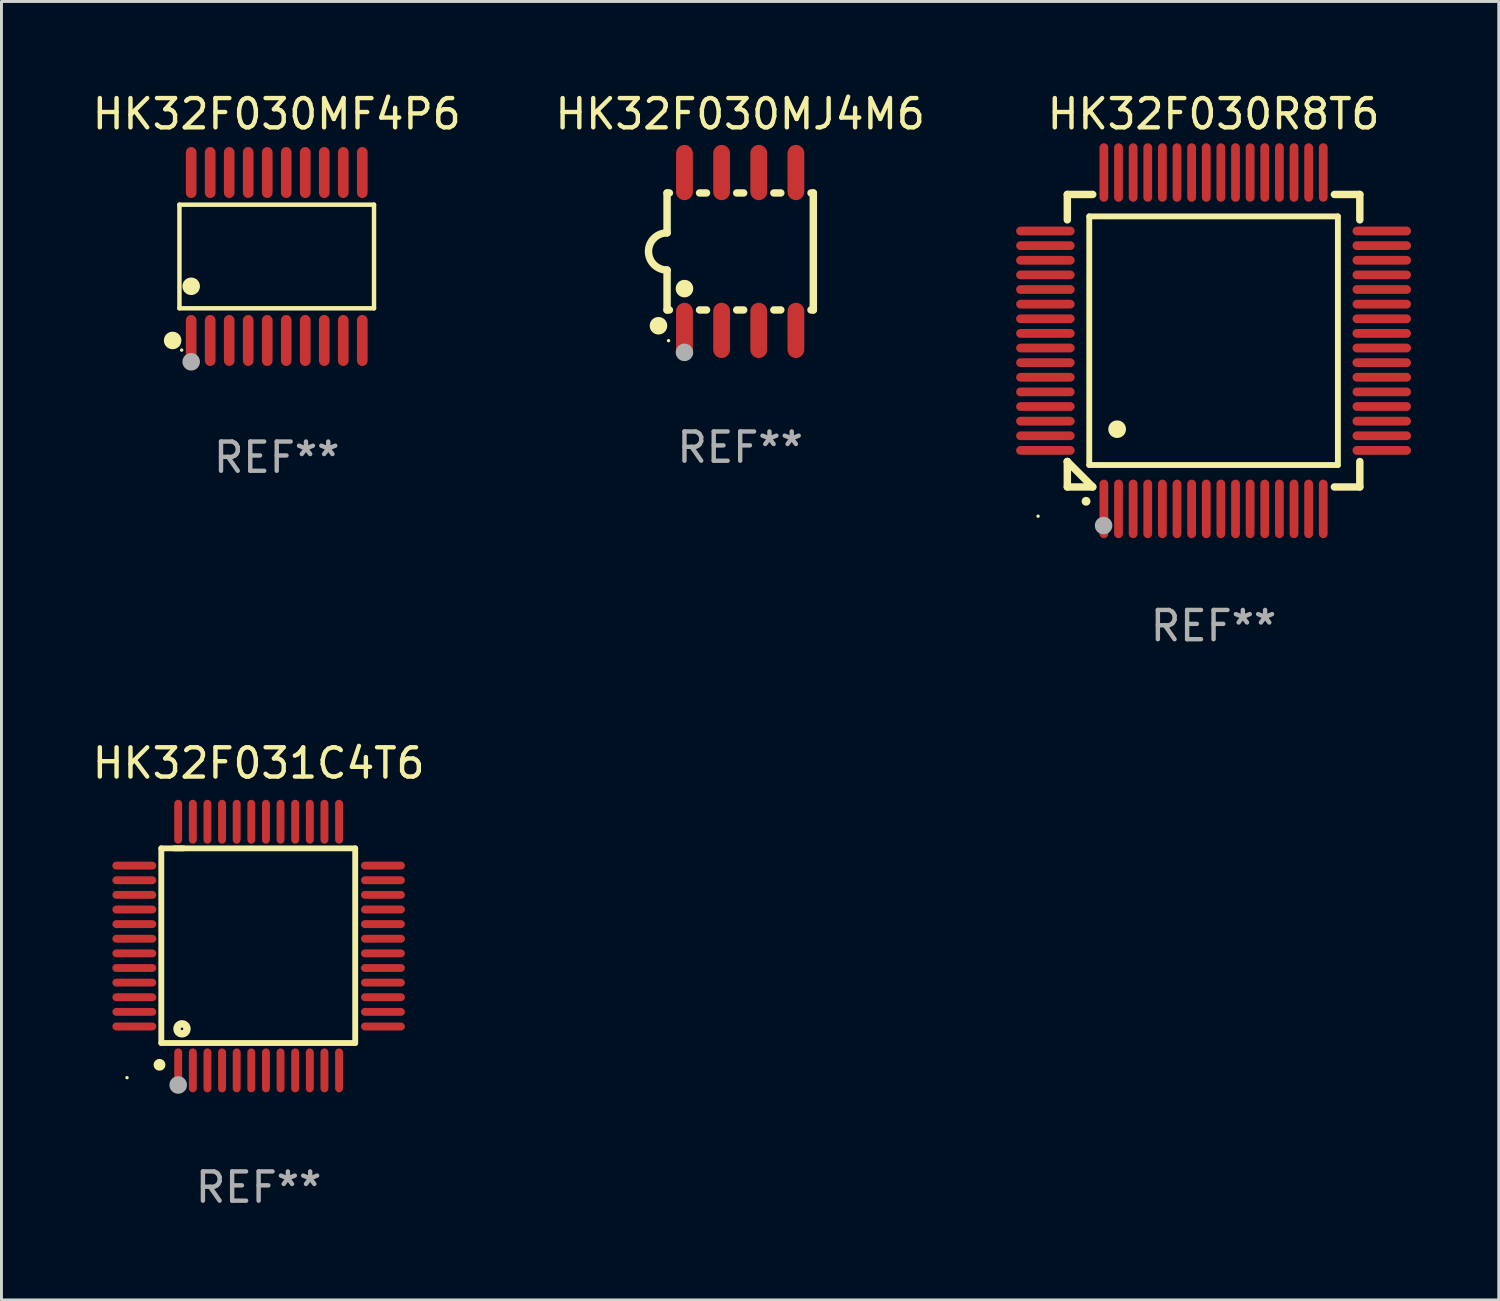
<source format=kicad_pcb>
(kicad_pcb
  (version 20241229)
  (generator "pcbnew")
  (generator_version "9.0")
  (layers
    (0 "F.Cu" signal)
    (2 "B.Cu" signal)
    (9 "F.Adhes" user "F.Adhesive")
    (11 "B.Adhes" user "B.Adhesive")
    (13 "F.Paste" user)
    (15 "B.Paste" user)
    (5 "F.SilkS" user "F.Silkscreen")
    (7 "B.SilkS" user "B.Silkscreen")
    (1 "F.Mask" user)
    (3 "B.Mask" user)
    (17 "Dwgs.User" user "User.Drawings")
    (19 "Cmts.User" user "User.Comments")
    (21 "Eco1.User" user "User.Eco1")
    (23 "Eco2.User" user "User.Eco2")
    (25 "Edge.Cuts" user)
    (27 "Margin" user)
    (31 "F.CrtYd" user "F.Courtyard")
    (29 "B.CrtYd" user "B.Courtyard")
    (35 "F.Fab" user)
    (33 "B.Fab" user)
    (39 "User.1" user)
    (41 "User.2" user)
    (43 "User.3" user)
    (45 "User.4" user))
  (footprint "HK32F030MJ4M6"
    (layer "F.Cu")
    (at 22.256 5.547)
    (property "Reference" "HK32F030MJ4M6" (at 0 -4.699 0) (layer "F.SilkS") (effects (font (size 1 1) (thickness 0.15))))
    (attr through_hole)
    (fp_line (start -2.5 -2) (end -2.5 -0.635) (stroke (width 0.254) (type solid)) (layer "F.SilkS"))
    (fp_line (start -2.5 -2) (end -2.421 -2) (stroke (width 0.254) (type solid)) (layer "F.SilkS"))
    (fp_line (start -2.5 2) (end -2.5 0.635) (stroke (width 0.254) (type solid)) (layer "F.SilkS"))
    (fp_line (start -2.5 2) (end -2.421 2) (stroke (width 0.254) (type solid)) (layer "F.SilkS"))
    (fp_line (start -1.389 -2) (end -1.151 -2) (stroke (width 0.254) (type solid)) (layer "F.SilkS"))
    (fp_line (start -1.389 2) (end -1.151 2) (stroke (width 0.254) (type solid)) (layer "F.SilkS"))
    (fp_line (start -0.119 -2) (end 0.119 -2) (stroke (width 0.254) (type solid)) (layer "F.SilkS"))
    (fp_line (start -0.119 2) (end 0.119 2) (stroke (width 0.254) (type solid)) (layer "F.SilkS"))
    (fp_line (start 1.151 -2) (end 1.389 -2) (stroke (width 0.254) (type solid)) (layer "F.SilkS"))
    (fp_line (start 1.151 2) (end 1.389 2) (stroke (width 0.254) (type solid)) (layer "F.SilkS"))
    (fp_line (start 2.421 -2) (end 2.5 -2) (stroke (width 0.254) (type solid)) (layer "F.SilkS"))
    (fp_line (start 2.421 2) (end 2.5 2) (stroke (width 0.254) (type solid)) (layer "F.SilkS"))
    (fp_line (start 2.5 -2) (end 2.5 2) (stroke (width 0.254) (type solid)) (layer "F.SilkS"))
    (fp_arc (start -2.5 0.635001) (mid -3.134366 -0.000318) (end -2.499365 -0.635001) (stroke (width 0.254001) (type solid)) (layer "F.SilkS"))
    (fp_circle (center -2.794 2.54) (end -2.644 2.54) (stroke (width 0.3) (type solid)) (fill no) (layer "F.SilkS"))
    (fp_circle (center -2.45 3.05) (end -2.42 3.05) (stroke (width 0.06) (type solid)) (fill no) (layer "F.SilkS"))
    (fp_circle (center -1.905 1.27) (end -1.755 1.27) (stroke (width 0.3) (type solid)) (fill no) (layer "F.SilkS"))
    (fp_circle (center -1.905 3.45) (end -1.755 3.45) (stroke (width 0.3) (type solid)) (fill no) (layer "F.Fab"))
    (fp_text user "REF**" (at 0 6.699 0) (layer "F.Fab") (effects (font (size 1 1) (thickness 0.15))))
    (pad "1" smd oval (at -1.905 2.699) (size 0.574 1.888) (layers "F.Cu" "F.Mask" "F.Paste"))
    (pad "2" smd oval (at -0.635 2.699) (size 0.574 1.888) (layers "F.Cu" "F.Mask" "F.Paste"))
    (pad "3" smd oval (at 0.635 2.699) (size 0.574 1.888) (layers "F.Cu" "F.Mask" "F.Paste"))
    (pad "4" smd oval (at 1.905 2.699) (size 0.574 1.888) (layers "F.Cu" "F.Mask" "F.Paste"))
    (pad "5" smd oval (at 1.905 -2.699) (size 0.574 1.888) (layers "F.Cu" "F.Mask" "F.Paste"))
    (pad "6" smd oval (at 0.635 -2.699) (size 0.574 1.888) (layers "F.Cu" "F.Mask" "F.Paste"))
    (pad "7" smd oval (at -0.635 -2.699) (size 0.574 1.888) (layers "F.Cu" "F.Mask" "F.Paste"))
    (pad "8" smd oval (at -1.905 -2.699) (size 0.574 1.888) (layers "F.Cu" "F.Mask" "F.Paste")))
  (footprint "HK32F031C4T6"
    (layer "F.Cu")
    (at 5.792 29.294)
    (property "Reference" "HK32F031C4T6" (at 0 -6.25 0) (layer "F.SilkS") (effects (font (size 1 1) (thickness 0.15))))
    (attr through_hole)
    (fp_line (start -3.327 -3.34) (end -2.565 -3.34) (stroke (width 0.2) (type solid)) (layer "F.SilkS"))
    (fp_line (start -3.327 3.315) (end -3.327 -3.34) (stroke (width 0.2) (type solid)) (layer "F.SilkS"))
    (fp_line (start -2.896 -3.34) (end 3.302 -3.34) (stroke (width 0.2) (type solid)) (layer "F.SilkS"))
    (fp_line (start 3.302 -3.34) (end 3.302 3.315) (stroke (width 0.2) (type solid)) (layer "F.SilkS"))
    (fp_line (start 3.302 3.315) (end -3.327 3.315) (stroke (width 0.2) (type solid)) (layer "F.SilkS"))
    (fp_arc (start -3.389992 4.059995) (mid -3.388722 4.059991) (end -3.387452 4.059995) (stroke (width 0.4) (type solid)) (layer "F.SilkS"))
    (fp_circle (center -4.5 4.5) (end -4.47 4.5) (stroke (width 0.06) (type solid)) (fill no) (layer "F.SilkS"))
    (fp_circle (center -2.62 2.83) (end -2.45 2.83) (stroke (width 0.254) (type solid)) (fill no) (layer "F.SilkS"))
    (fp_circle (center -2.75 4.75) (end -2.6 4.75) (stroke (width 0.3) (type solid)) (fill no) (layer "F.Fab"))
    (fp_text user "REF**" (at 0 8.25 0) (layer "F.Fab") (effects (font (size 1 1) (thickness 0.15))))
    (pad "1" smd oval (at -2.75 4.25) (size 0.27 1.5) (layers "F.Cu" "F.Mask" "F.Paste"))
    (pad "2" smd oval (at -2.25 4.25) (size 0.27 1.5) (layers "F.Cu" "F.Mask" "F.Paste"))
    (pad "3" smd oval (at -1.75 4.25) (size 0.27 1.5) (layers "F.Cu" "F.Mask" "F.Paste"))
    (pad "4" smd oval (at -1.25 4.25) (size 0.27 1.5) (layers "F.Cu" "F.Mask" "F.Paste"))
    (pad "5" smd oval (at -0.75 4.25) (size 0.27 1.5) (layers "F.Cu" "F.Mask" "F.Paste"))
    (pad "6" smd oval (at -0.25 4.25) (size 0.27 1.5) (layers "F.Cu" "F.Mask" "F.Paste"))
    (pad "7" smd oval (at 0.25 4.25) (size 0.27 1.5) (layers "F.Cu" "F.Mask" "F.Paste"))
    (pad "8" smd oval (at 0.75 4.25) (size 0.27 1.5) (layers "F.Cu" "F.Mask" "F.Paste"))
    (pad "9" smd oval (at 1.25 4.25) (size 0.27 1.5) (layers "F.Cu" "F.Mask" "F.Paste"))
    (pad "10" smd oval (at 1.75 4.25) (size 0.27 1.5) (layers "F.Cu" "F.Mask" "F.Paste"))
    (pad "11" smd oval (at 2.25 4.25) (size 0.27 1.5) (layers "F.Cu" "F.Mask" "F.Paste"))
    (pad "12" smd oval (at 2.75 4.25) (size 0.27 1.5) (layers "F.Cu" "F.Mask" "F.Paste"))
    (pad "13" smd oval (at 4.25 2.75) (size 1.5 0.27) (layers "F.Cu" "F.Mask" "F.Paste"))
    (pad "14" smd oval (at 4.25 2.25) (size 1.5 0.27) (layers "F.Cu" "F.Mask" "F.Paste"))
    (pad "15" smd oval (at 4.25 1.75) (size 1.5 0.27) (layers "F.Cu" "F.Mask" "F.Paste"))
    (pad "16" smd oval (at 4.25 1.25) (size 1.5 0.27) (layers "F.Cu" "F.Mask" "F.Paste"))
    (pad "17" smd oval (at 4.25 0.75) (size 1.5 0.27) (layers "F.Cu" "F.Mask" "F.Paste"))
    (pad "18" smd oval (at 4.25 0.25) (size 1.5 0.27) (layers "F.Cu" "F.Mask" "F.Paste"))
    (pad "19" smd oval (at 4.25 -0.25) (size 1.5 0.27) (layers "F.Cu" "F.Mask" "F.Paste"))
    (pad "20" smd oval (at 4.25 -0.75) (size 1.5 0.27) (layers "F.Cu" "F.Mask" "F.Paste"))
    (pad "21" smd oval (at 4.25 -1.25) (size 1.5 0.27) (layers "F.Cu" "F.Mask" "F.Paste"))
    (pad "22" smd oval (at 4.25 -1.75) (size 1.5 0.27) (layers "F.Cu" "F.Mask" "F.Paste"))
    (pad "23" smd oval (at 4.25 -2.25) (size 1.5 0.27) (layers "F.Cu" "F.Mask" "F.Paste"))
    (pad "24" smd oval (at 4.25 -2.75) (size 1.5 0.27) (layers "F.Cu" "F.Mask" "F.Paste"))
    (pad "25" smd oval (at 2.75 -4.25) (size 0.27 1.5) (layers "F.Cu" "F.Mask" "F.Paste"))
    (pad "26" smd oval (at 2.25 -4.25) (size 0.27 1.5) (layers "F.Cu" "F.Mask" "F.Paste"))
    (pad "27" smd oval (at 1.75 -4.25) (size 0.27 1.5) (layers "F.Cu" "F.Mask" "F.Paste"))
    (pad "28" smd oval (at 1.25 -4.25) (size 0.27 1.5) (layers "F.Cu" "F.Mask" "F.Paste"))
    (pad "29" smd oval (at 0.75 -4.25) (size 0.27 1.5) (layers "F.Cu" "F.Mask" "F.Paste"))
    (pad "30" smd oval (at 0.25 -4.25) (size 0.27 1.5) (layers "F.Cu" "F.Mask" "F.Paste"))
    (pad "31" smd oval (at -0.25 -4.25) (size 0.27 1.5) (layers "F.Cu" "F.Mask" "F.Paste"))
    (pad "32" smd oval (at -0.75 -4.25) (size 0.27 1.5) (layers "F.Cu" "F.Mask" "F.Paste"))
    (pad "33" smd oval (at -1.25 -4.25) (size 0.27 1.5) (layers "F.Cu" "F.Mask" "F.Paste"))
    (pad "34" smd oval (at -1.75 -4.25) (size 0.27 1.5) (layers "F.Cu" "F.Mask" "F.Paste"))
    (pad "35" smd oval (at -2.25 -4.25) (size 0.27 1.5) (layers "F.Cu" "F.Mask" "F.Paste"))
    (pad "36" smd oval (at -2.75 -4.25) (size 0.27 1.5) (layers "F.Cu" "F.Mask" "F.Paste"))
    (pad "37" smd oval (at -4.25 -2.75) (size 1.5 0.27) (layers "F.Cu" "F.Mask" "F.Paste"))
    (pad "38" smd oval (at -4.25 -2.25) (size 1.5 0.27) (layers "F.Cu" "F.Mask" "F.Paste"))
    (pad "39" smd oval (at -4.25 -1.75) (size 1.5 0.27) (layers "F.Cu" "F.Mask" "F.Paste"))
    (pad "40" smd oval (at -4.25 -1.25) (size 1.5 0.27) (layers "F.Cu" "F.Mask" "F.Paste"))
    (pad "41" smd oval (at -4.25 -0.75) (size 1.5 0.27) (layers "F.Cu" "F.Mask" "F.Paste"))
    (pad "42" smd oval (at -4.25 -0.25) (size 1.5 0.27) (layers "F.Cu" "F.Mask" "F.Paste"))
    (pad "43" smd oval (at -4.25 0.25) (size 1.5 0.27) (layers "F.Cu" "F.Mask" "F.Paste"))
    (pad "44" smd oval (at -4.25 0.75) (size 1.5 0.27) (layers "F.Cu" "F.Mask" "F.Paste"))
    (pad "45" smd oval (at -4.25 1.25) (size 1.5 0.27) (layers "F.Cu" "F.Mask" "F.Paste"))
    (pad "46" smd oval (at -4.25 1.75) (size 1.5 0.27) (layers "F.Cu" "F.Mask" "F.Paste"))
    (pad "47" smd oval (at -4.25 2.25) (size 1.5 0.27) (layers "F.Cu" "F.Mask" "F.Paste"))
    (pad "48" smd oval (at -4.25 2.75) (size 1.5 0.27) (layers "F.Cu" "F.Mask" "F.Paste")))
  (footprint "HK32F030R8T6"
    (layer "F.Cu")
    (at 38.44 8.598)
    (property "Reference" "HK32F030R8T6" (at 0 -7.75 0) (layer "F.SilkS") (effects (font (size 1 1) (thickness 0.15))))
    (attr through_hole)
    (fp_line (start -5 -5) (end -4.131 -5) (stroke (width 0.254) (type solid)) (layer "F.SilkS"))
    (fp_line (start -5 -4.131) (end -5 -5) (stroke (width 0.254) (type solid)) (layer "F.SilkS"))
    (fp_line (start -5 4.131) (end -5 4.131) (stroke (width 0.254) (type solid)) (layer "F.SilkS"))
    (fp_line (start -5 5) (end -5 4.131) (stroke (width 0.254) (type solid)) (layer "F.SilkS"))
    (fp_line (start -5 4.131) (end -4.131 5) (stroke (width 0.254) (type solid)) (layer "F.SilkS"))
    (fp_line (start -4.25 -4.25) (end -4.25 4.25) (stroke (width 0.2) (type solid)) (layer "F.SilkS"))
    (fp_line (start -4.25 4.25) (end 4.25 4.25) (stroke (width 0.2) (type solid)) (layer "F.SilkS"))
    (fp_line (start -4.131 5) (end -5 5) (stroke (width 0.254) (type solid)) (layer "F.SilkS"))
    (fp_line (start 4.25 -4.25) (end -4.25 -4.25) (stroke (width 0.2) (type solid)) (layer "F.SilkS"))
    (fp_line (start 4.25 4.25) (end 4.25 -4.25) (stroke (width 0.2) (type solid)) (layer "F.SilkS"))
    (fp_line (start 5 -5) (end 4.131 -5) (stroke (width 0.254) (type solid)) (layer "F.SilkS"))
    (fp_line (start 5 -5) (end 5 -4.131) (stroke (width 0.254) (type solid)) (layer "F.SilkS"))
    (fp_line (start 5 4.131) (end 5 5) (stroke (width 0.254) (type solid)) (layer "F.SilkS"))
    (fp_line (start 5 5) (end 4.131 5) (stroke (width 0.254) (type solid)) (layer "F.SilkS"))
    (fp_arc (start -4.361265 5.489992) (mid -4.359995 5.489987) (end -4.358725 5.489992) (stroke (width 0.3) (type solid)) (layer "F.SilkS"))
    (fp_arc (start -3.299467 3.025146) (mid -3.296927 3.025135) (end -3.294387 3.025146) (stroke (width 0.6) (type solid)) (layer "F.SilkS"))
    (fp_circle (center -6 6) (end -5.97 6) (stroke (width 0.06) (type solid)) (fill no) (layer "F.SilkS"))
    (fp_circle (center -3.76 6.32) (end -3.61 6.32) (stroke (width 0.3) (type solid)) (fill no) (layer "F.Fab"))
    (fp_text user "REF**" (at 0 9.75 0) (layer "F.Fab") (effects (font (size 1 1) (thickness 0.15))))
    (pad "1" smd oval (at -3.75 5.75) (size 0.3 2) (layers "F.Cu" "F.Mask" "F.Paste"))
    (pad "2" smd oval (at -3.25 5.75) (size 0.3 2) (layers "F.Cu" "F.Mask" "F.Paste"))
    (pad "3" smd oval (at -2.75 5.75) (size 0.3 2) (layers "F.Cu" "F.Mask" "F.Paste"))
    (pad "4" smd oval (at -2.25 5.75) (size 0.3 2) (layers "F.Cu" "F.Mask" "F.Paste"))
    (pad "5" smd oval (at -1.75 5.75) (size 0.3 2) (layers "F.Cu" "F.Mask" "F.Paste"))
    (pad "6" smd oval (at -1.25 5.75) (size 0.3 2) (layers "F.Cu" "F.Mask" "F.Paste"))
    (pad "7" smd oval (at -0.75 5.75) (size 0.3 2) (layers "F.Cu" "F.Mask" "F.Paste"))
    (pad "8" smd oval (at -0.25 5.75) (size 0.3 2) (layers "F.Cu" "F.Mask" "F.Paste"))
    (pad "9" smd oval (at 0.25 5.75) (size 0.3 2) (layers "F.Cu" "F.Mask" "F.Paste"))
    (pad "10" smd oval (at 0.75 5.75) (size 0.3 2) (layers "F.Cu" "F.Mask" "F.Paste"))
    (pad "11" smd oval (at 1.25 5.75) (size 0.3 2) (layers "F.Cu" "F.Mask" "F.Paste"))
    (pad "12" smd oval (at 1.75 5.75) (size 0.3 2) (layers "F.Cu" "F.Mask" "F.Paste"))
    (pad "13" smd oval (at 2.25 5.75) (size 0.3 2) (layers "F.Cu" "F.Mask" "F.Paste"))
    (pad "14" smd oval (at 2.75 5.75) (size 0.3 2) (layers "F.Cu" "F.Mask" "F.Paste"))
    (pad "15" smd oval (at 3.25 5.75) (size 0.3 2) (layers "F.Cu" "F.Mask" "F.Paste"))
    (pad "16" smd oval (at 3.75 5.75) (size 0.3 2) (layers "F.Cu" "F.Mask" "F.Paste"))
    (pad "17" smd oval (at 5.75 3.75) (size 2 0.3) (layers "F.Cu" "F.Mask" "F.Paste"))
    (pad "18" smd oval (at 5.75 3.25) (size 2 0.3) (layers "F.Cu" "F.Mask" "F.Paste"))
    (pad "19" smd oval (at 5.75 2.75) (size 2 0.3) (layers "F.Cu" "F.Mask" "F.Paste"))
    (pad "20" smd oval (at 5.75 2.25) (size 2 0.3) (layers "F.Cu" "F.Mask" "F.Paste"))
    (pad "21" smd oval (at 5.75 1.75) (size 2 0.3) (layers "F.Cu" "F.Mask" "F.Paste"))
    (pad "22" smd oval (at 5.75 1.25) (size 2 0.3) (layers "F.Cu" "F.Mask" "F.Paste"))
    (pad "23" smd oval (at 5.75 0.75) (size 2 0.3) (layers "F.Cu" "F.Mask" "F.Paste"))
    (pad "24" smd oval (at 5.75 0.25) (size 2 0.3) (layers "F.Cu" "F.Mask" "F.Paste"))
    (pad "25" smd oval (at 5.75 -0.25) (size 2 0.3) (layers "F.Cu" "F.Mask" "F.Paste"))
    (pad "26" smd oval (at 5.75 -0.75) (size 2 0.3) (layers "F.Cu" "F.Mask" "F.Paste"))
    (pad "27" smd oval (at 5.75 -1.25) (size 2 0.3) (layers "F.Cu" "F.Mask" "F.Paste"))
    (pad "28" smd oval (at 5.75 -1.75) (size 2 0.3) (layers "F.Cu" "F.Mask" "F.Paste"))
    (pad "29" smd oval (at 5.75 -2.25) (size 2 0.3) (layers "F.Cu" "F.Mask" "F.Paste"))
    (pad "30" smd oval (at 5.75 -2.75) (size 2 0.3) (layers "F.Cu" "F.Mask" "F.Paste"))
    (pad "31" smd oval (at 5.75 -3.25) (size 2 0.3) (layers "F.Cu" "F.Mask" "F.Paste"))
    (pad "32" smd oval (at 5.75 -3.75) (size 2 0.3) (layers "F.Cu" "F.Mask" "F.Paste"))
    (pad "33" smd oval (at 3.75 -5.75) (size 0.3 2) (layers "F.Cu" "F.Mask" "F.Paste"))
    (pad "34" smd oval (at 3.25 -5.75) (size 0.3 2) (layers "F.Cu" "F.Mask" "F.Paste"))
    (pad "35" smd oval (at 2.75 -5.75) (size 0.3 2) (layers "F.Cu" "F.Mask" "F.Paste"))
    (pad "36" smd oval (at 2.25 -5.75) (size 0.3 2) (layers "F.Cu" "F.Mask" "F.Paste"))
    (pad "37" smd oval (at 1.75 -5.75) (size 0.3 2) (layers "F.Cu" "F.Mask" "F.Paste"))
    (pad "38" smd oval (at 1.25 -5.75) (size 0.3 2) (layers "F.Cu" "F.Mask" "F.Paste"))
    (pad "39" smd oval (at 0.75 -5.75) (size 0.3 2) (layers "F.Cu" "F.Mask" "F.Paste"))
    (pad "40" smd oval (at 0.25 -5.75) (size 0.3 2) (layers "F.Cu" "F.Mask" "F.Paste"))
    (pad "41" smd oval (at -0.25 -5.75) (size 0.3 2) (layers "F.Cu" "F.Mask" "F.Paste"))
    (pad "42" smd oval (at -0.75 -5.75) (size 0.3 2) (layers "F.Cu" "F.Mask" "F.Paste"))
    (pad "43" smd oval (at -1.25 -5.75) (size 0.3 2) (layers "F.Cu" "F.Mask" "F.Paste"))
    (pad "44" smd oval (at -1.75 -5.75) (size 0.3 2) (layers "F.Cu" "F.Mask" "F.Paste"))
    (pad "45" smd oval (at -2.25 -5.75) (size 0.3 2) (layers "F.Cu" "F.Mask" "F.Paste"))
    (pad "46" smd oval (at -2.75 -5.75) (size 0.3 2) (layers "F.Cu" "F.Mask" "F.Paste"))
    (pad "47" smd oval (at -3.25 -5.75) (size 0.3 2) (layers "F.Cu" "F.Mask" "F.Paste"))
    (pad "48" smd oval (at -3.75 -5.75) (size 0.3 2) (layers "F.Cu" "F.Mask" "F.Paste"))
    (pad "49" smd oval (at -5.75 -3.75) (size 2 0.3) (layers "F.Cu" "F.Mask" "F.Paste"))
    (pad "50" smd oval (at -5.75 -3.25) (size 2 0.3) (layers "F.Cu" "F.Mask" "F.Paste"))
    (pad "51" smd oval (at -5.75 -2.75) (size 2 0.3) (layers "F.Cu" "F.Mask" "F.Paste"))
    (pad "52" smd oval (at -5.75 -2.25) (size 2 0.3) (layers "F.Cu" "F.Mask" "F.Paste"))
    (pad "53" smd oval (at -5.75 -1.75) (size 2 0.3) (layers "F.Cu" "F.Mask" "F.Paste"))
    (pad "54" smd oval (at -5.75 -1.25) (size 2 0.3) (layers "F.Cu" "F.Mask" "F.Paste"))
    (pad "55" smd oval (at -5.75 -0.75) (size 2 0.3) (layers "F.Cu" "F.Mask" "F.Paste"))
    (pad "56" smd oval (at -5.75 -0.25) (size 2 0.3) (layers "F.Cu" "F.Mask" "F.Paste"))
    (pad "57" smd oval (at -5.75 0.25) (size 2 0.3) (layers "F.Cu" "F.Mask" "F.Paste"))
    (pad "58" smd oval (at -5.75 0.75) (size 2 0.3) (layers "F.Cu" "F.Mask" "F.Paste"))
    (pad "59" smd oval (at -5.75 1.25) (size 2 0.3) (layers "F.Cu" "F.Mask" "F.Paste"))
    (pad "60" smd oval (at -5.75 1.75) (size 2 0.3) (layers "F.Cu" "F.Mask" "F.Paste"))
    (pad "61" smd oval (at -5.75 2.25) (size 2 0.3) (layers "F.Cu" "F.Mask" "F.Paste"))
    (pad "62" smd oval (at -5.75 2.75) (size 2 0.3) (layers "F.Cu" "F.Mask" "F.Paste"))
    (pad "63" smd oval (at -5.75 3.25) (size 2 0.3) (layers "F.Cu" "F.Mask" "F.Paste"))
    (pad "64" smd oval (at -5.75 3.75) (size 2 0.3) (layers "F.Cu" "F.Mask" "F.Paste")))
  (footprint "HK32F030MF4P6"
    (layer "F.Cu")
    (at 6.411 5.719)
    (property "Reference" "HK32F030MF4P6" (at 0 -4.871 0) (layer "F.SilkS") (effects (font (size 1 1) (thickness 0.15))))
    (attr through_hole)
    (fp_line (start -3.326 -1.771) (end 3.326 -1.771) (stroke (width 0.152) (type solid)) (layer "F.SilkS"))
    (fp_line (start -3.326 1.771) (end -3.326 -1.771) (stroke (width 0.152) (type solid)) (layer "F.SilkS"))
    (fp_line (start 3.326 -1.771) (end 3.326 1.771) (stroke (width 0.152) (type solid)) (layer "F.SilkS"))
    (fp_line (start 3.326 1.771) (end -3.326 1.771) (stroke (width 0.152) (type solid)) (layer "F.SilkS"))
    (fp_circle (center -3.559 2.871) (end -3.409 2.871) (stroke (width 0.3) (type solid)) (fill no) (layer "F.SilkS"))
    (fp_circle (center -3.25 3.2) (end -3.22 3.2) (stroke (width 0.06) (type solid)) (fill no) (layer "F.SilkS"))
    (fp_circle (center -2.925 1.019) (end -2.775 1.019) (stroke (width 0.3) (type solid)) (fill no) (layer "F.SilkS"))
    (fp_circle (center -2.925 3.6) (end -2.775 3.6) (stroke (width 0.3) (type solid)) (fill no) (layer "F.Fab"))
    (fp_text user "REF**" (at 0 6.871 0) (layer "F.Fab") (effects (font (size 1 1) (thickness 0.15))))
    (pad "1" smd oval (at -2.925 2.871) (size 0.364 1.742) (layers "F.Cu" "F.Mask" "F.Paste"))
    (pad "2" smd oval (at -2.275 2.871) (size 0.364 1.742) (layers "F.Cu" "F.Mask" "F.Paste"))
    (pad "3" smd oval (at -1.625 2.871) (size 0.364 1.742) (layers "F.Cu" "F.Mask" "F.Paste"))
    (pad "4" smd oval (at -0.975 2.871) (size 0.364 1.742) (layers "F.Cu" "F.Mask" "F.Paste"))
    (pad "5" smd oval (at -0.325 2.871) (size 0.364 1.742) (layers "F.Cu" "F.Mask" "F.Paste"))
    (pad "6" smd oval (at 0.325 2.871) (size 0.364 1.742) (layers "F.Cu" "F.Mask" "F.Paste"))
    (pad "7" smd oval (at 0.975 2.871) (size 0.364 1.742) (layers "F.Cu" "F.Mask" "F.Paste"))
    (pad "8" smd oval (at 1.625 2.871) (size 0.364 1.742) (layers "F.Cu" "F.Mask" "F.Paste"))
    (pad "9" smd oval (at 2.275 2.871) (size 0.364 1.742) (layers "F.Cu" "F.Mask" "F.Paste"))
    (pad "10" smd oval (at 2.925 2.871) (size 0.364 1.742) (layers "F.Cu" "F.Mask" "F.Paste"))
    (pad "11" smd oval (at 2.925 -2.871) (size 0.364 1.742) (layers "F.Cu" "F.Mask" "F.Paste"))
    (pad "12" smd oval (at 2.275 -2.871) (size 0.364 1.742) (layers "F.Cu" "F.Mask" "F.Paste"))
    (pad "13" smd oval (at 1.625 -2.871) (size 0.364 1.742) (layers "F.Cu" "F.Mask" "F.Paste"))
    (pad "14" smd oval (at 0.975 -2.871) (size 0.364 1.742) (layers "F.Cu" "F.Mask" "F.Paste"))
    (pad "15" smd oval (at 0.325 -2.871) (size 0.364 1.742) (layers "F.Cu" "F.Mask" "F.Paste"))
    (pad "16" smd oval (at -0.325 -2.871) (size 0.364 1.742) (layers "F.Cu" "F.Mask" "F.Paste"))
    (pad "17" smd oval (at -0.975 -2.871) (size 0.364 1.742) (layers "F.Cu" "F.Mask" "F.Paste"))
    (pad "18" smd oval (at -1.625 -2.871) (size 0.364 1.742) (layers "F.Cu" "F.Mask" "F.Paste"))
    (pad "19" smd oval (at -2.275 -2.871) (size 0.364 1.742) (layers "F.Cu" "F.Mask" "F.Paste"))
    (pad "20" smd oval (at -2.925 -2.871) (size 0.364 1.742) (layers "F.Cu" "F.Mask" "F.Paste")))
  (gr_rect
    (start -3 -3)
    (end 48.19 41.392)
    (stroke (width 0.1) (type default))
    (fill no)
    (layer "Edge.Cuts")))
</source>
